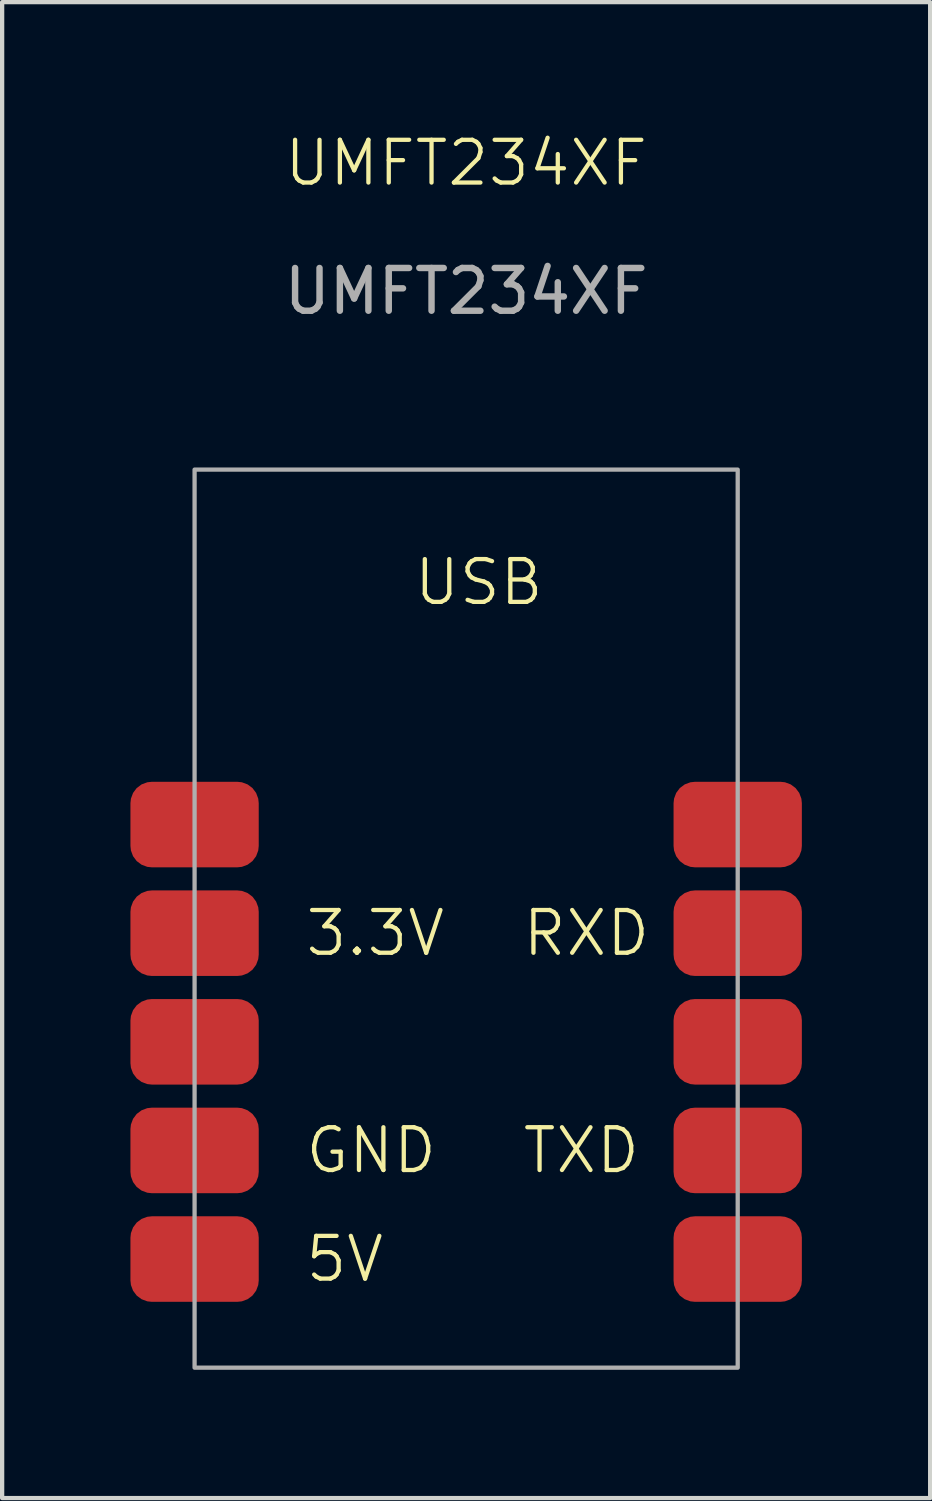
<source format=kicad_pcb>
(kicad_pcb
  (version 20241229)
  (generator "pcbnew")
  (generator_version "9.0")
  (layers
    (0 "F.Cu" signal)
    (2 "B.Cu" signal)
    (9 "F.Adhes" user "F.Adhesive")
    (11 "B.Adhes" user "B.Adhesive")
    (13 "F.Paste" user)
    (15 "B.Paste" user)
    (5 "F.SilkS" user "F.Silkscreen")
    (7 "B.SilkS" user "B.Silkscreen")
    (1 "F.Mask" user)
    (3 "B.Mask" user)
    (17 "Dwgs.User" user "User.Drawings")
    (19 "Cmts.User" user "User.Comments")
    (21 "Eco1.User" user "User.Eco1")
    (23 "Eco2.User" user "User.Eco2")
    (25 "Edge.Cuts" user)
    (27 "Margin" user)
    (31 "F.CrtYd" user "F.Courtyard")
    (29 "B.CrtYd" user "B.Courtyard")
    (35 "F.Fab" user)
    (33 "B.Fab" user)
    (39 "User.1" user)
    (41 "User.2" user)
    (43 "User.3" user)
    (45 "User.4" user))
  (footprint "UMFT234XF"
    (layer "F.Cu")
    (at 7.85 21.311)
    (property "Reference" "UMFT234XF" (at 0 -20.55 0) (unlocked yes) (layer "F.SilkS") (effects (font (size 1 1) (thickness 0.1))))
    (attr smd)
    (fp_rect (start -6.35 -13.38) (end 6.35 7.62) (stroke (width 0.1) (type default)) (fill no) (layer "F.Fab"))
    (fp_text user "TXD" (at 1.27 2.54 0) (unlocked yes) (layer "F.SilkS") (effects (font (size 1 1) (thickness 0.1)) (justify left)))
    (fp_text user "5V" (at -3.81 5.08 0) (unlocked yes) (layer "F.SilkS") (effects (font (size 1 1) (thickness 0.1)) (justify left)))
    (fp_text user "3.3V" (at -3.81 -2.54 0) (unlocked yes) (layer "F.SilkS") (effects (font (size 1 1) (thickness 0.1)) (justify left)))
    (fp_text user "RXD" (at 1.27 -2.54 0) (unlocked yes) (layer "F.SilkS") (effects (font (size 1 1) (thickness 0.1)) (justify left)))
    (fp_text user "USB" (at -1.27 -10.16 0) (unlocked yes) (layer "F.SilkS") (effects (font (size 1 1) (thickness 0.1)) (justify left bottom)))
    (fp_text user "GND" (at -3.81 2.54 0) (unlocked yes) (layer "F.SilkS") (effects (font (size 1 1) (thickness 0.1)) (justify left)))
    (fp_text user "${REFERENCE}" (at 0 -17.55 0) (unlocked yes) (layer "F.Fab") (effects (font (size 1 1) (thickness 0.15))))
    (pad "1" smd roundrect (at -6.35 -5.08 270) (size 2 3) (layers "F.Cu" "F.Mask" "F.Paste") (roundrect_rratio 0.25))
    (pad "2" smd roundrect (at -6.35 -2.54 270) (size 2 3) (layers "F.Cu" "F.Mask" "F.Paste") (roundrect_rratio 0.25))
    (pad "3" smd roundrect (at -6.35 0 270) (size 2 3) (layers "F.Cu" "F.Mask" "F.Paste") (roundrect_rratio 0.25))
    (pad "4" smd roundrect (at -6.35 2.54 270) (size 2 3) (layers "F.Cu" "F.Mask" "F.Paste") (roundrect_rratio 0.25))
    (pad "5" smd roundrect (at -6.35 5.08 270) (size 2 3) (layers "F.Cu" "F.Mask" "F.Paste") (roundrect_rratio 0.25))
    (pad "6" smd roundrect (at 6.35 5.08 270) (size 2 3) (layers "F.Cu" "F.Mask" "F.Paste") (roundrect_rratio 0.25))
    (pad "7" smd roundrect (at 6.35 2.54 270) (size 2 3) (layers "F.Cu" "F.Mask" "F.Paste") (roundrect_rratio 0.25))
    (pad "8" smd roundrect (at 6.35 0 270) (size 2 3) (layers "F.Cu" "F.Mask" "F.Paste") (roundrect_rratio 0.25))
    (pad "9" smd roundrect (at 6.35 -2.54 270) (size 2 3) (layers "F.Cu" "F.Mask" "F.Paste") (roundrect_rratio 0.25))
    (pad "10" smd roundrect (at 6.35 -5.08 270) (size 2 3) (layers "F.Cu" "F.Mask" "F.Paste") (roundrect_rratio 0.25)))
  (gr_rect
    (start -3 -3)
    (end 18.7 31.98)
    (stroke (width 0.1) (type default))
    (fill no)
    (layer "Edge.Cuts")))
</source>
